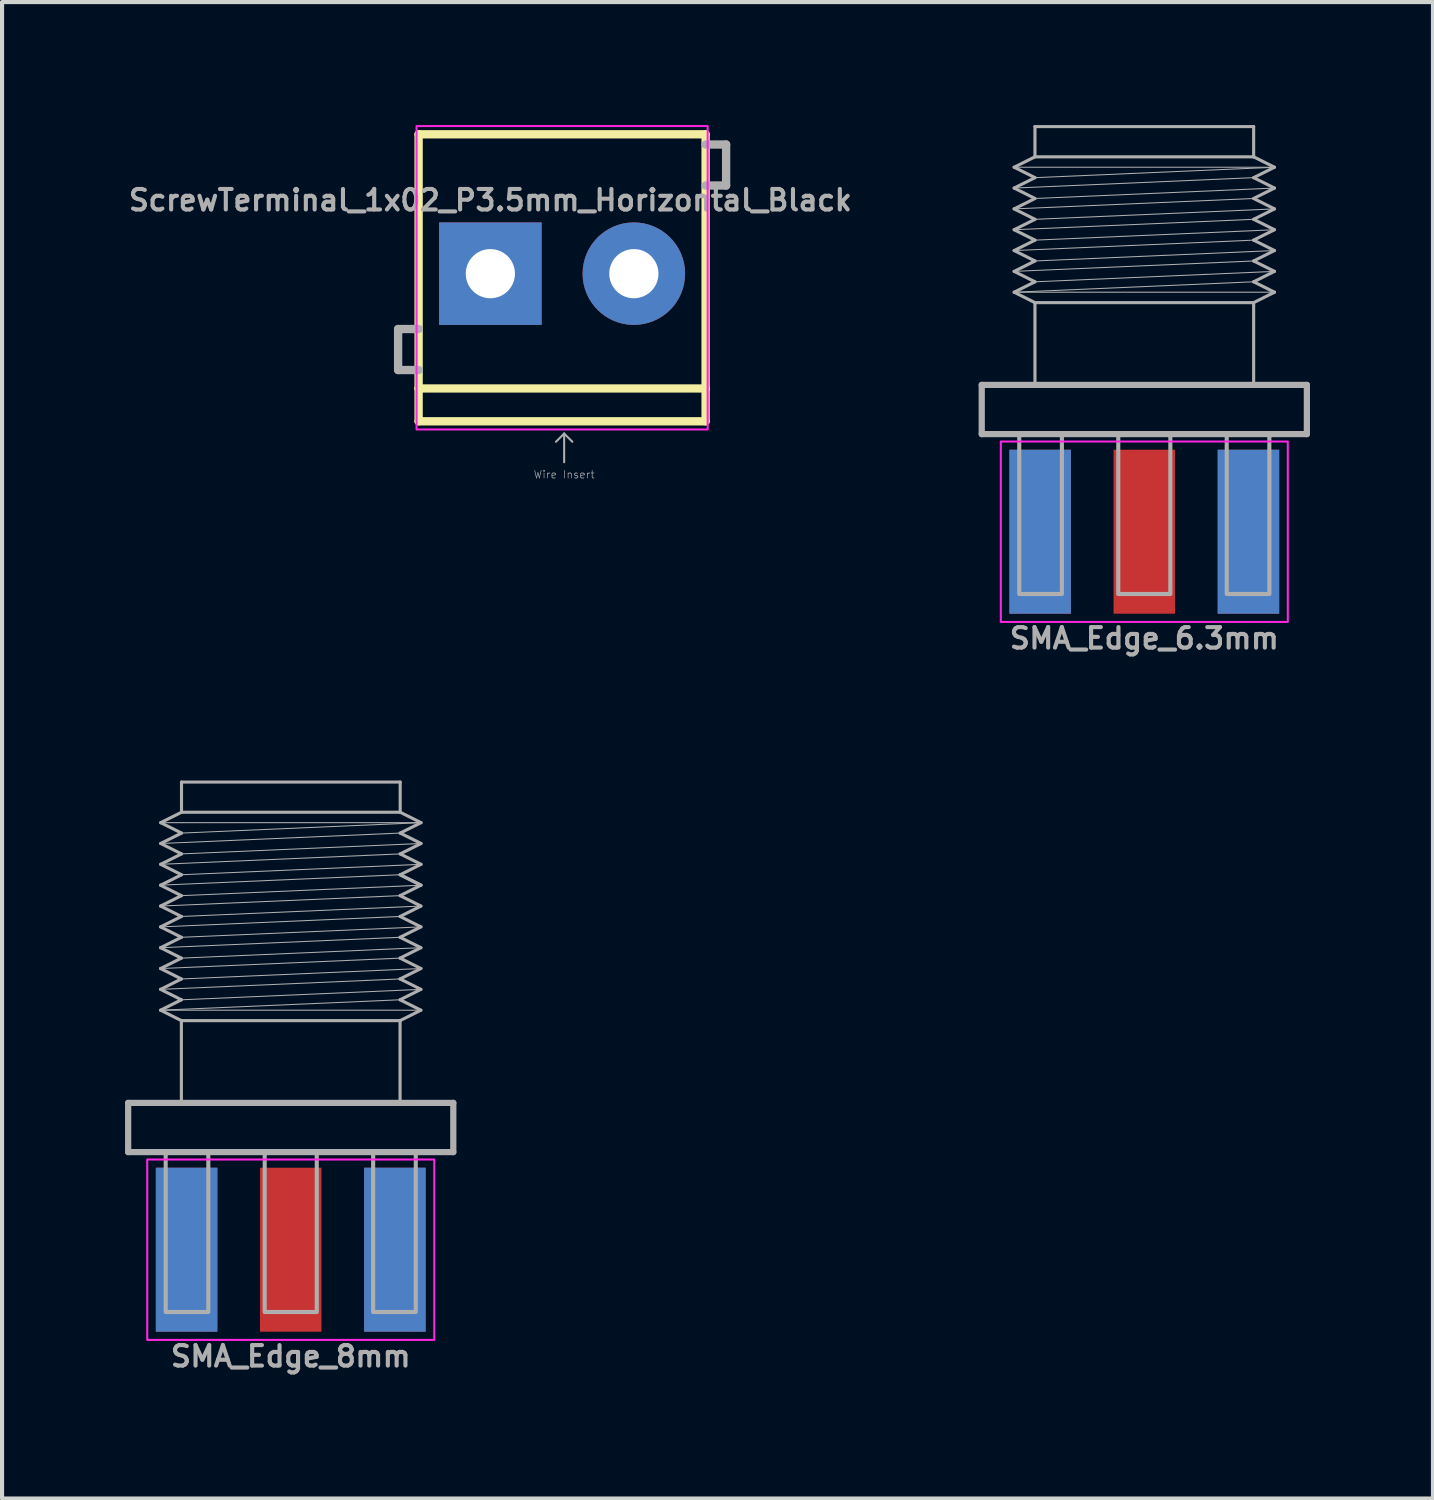
<source format=kicad_pcb>
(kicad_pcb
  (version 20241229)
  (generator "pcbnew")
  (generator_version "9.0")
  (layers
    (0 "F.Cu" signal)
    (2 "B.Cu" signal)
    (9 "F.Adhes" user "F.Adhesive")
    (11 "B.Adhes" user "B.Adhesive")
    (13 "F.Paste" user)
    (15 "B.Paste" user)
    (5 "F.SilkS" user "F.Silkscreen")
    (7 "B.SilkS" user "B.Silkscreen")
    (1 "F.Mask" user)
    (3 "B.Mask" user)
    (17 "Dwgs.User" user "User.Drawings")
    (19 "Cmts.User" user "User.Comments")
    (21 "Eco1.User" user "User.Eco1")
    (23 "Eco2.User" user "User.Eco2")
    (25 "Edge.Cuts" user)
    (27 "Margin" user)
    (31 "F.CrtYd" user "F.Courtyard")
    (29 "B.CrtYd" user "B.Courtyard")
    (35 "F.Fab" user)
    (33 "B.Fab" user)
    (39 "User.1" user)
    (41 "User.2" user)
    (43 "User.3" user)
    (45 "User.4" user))
  (footprint "SMA_Edge_8mm"
    (layer "F.Cu")
    (at 4.041 27.431)
    (property "Reference" "SMA_Edge_8mm" (at 0 2.6 0) (layer "F.Fab") (effects (font (size 0.5 0.5) (thickness 0.1) (bold yes))))
    (attr smd)
    (fp_rect (start 3.5 2.2) (end -3.5 -2.2) (stroke (width 0.05) (type default)) (fill no) (layer "F.CrtYd"))
    (fp_line (start -3.965 -3.581) (end 3.965 -3.581) (stroke (width 0.152) (type solid)) (layer "F.Fab"))
    (fp_line (start -3.965 -2.381) (end -3.965 -3.581) (stroke (width 0.152) (type solid)) (layer "F.Fab"))
    (fp_line (start -3.175 -8.89) (end -2.667 -9.144) (stroke (width 0.076) (type solid)) (layer "F.Fab"))
    (fp_line (start -3.175 -8.382) (end -2.667 -8.636) (stroke (width 0.076) (type solid)) (layer "F.Fab"))
    (fp_line (start -3.175 -8.382) (end 2.667 -8.636) (stroke (width 0.025) (type solid)) (layer "F.Fab"))
    (fp_line (start -3.175 -7.874) (end -2.667 -8.128) (stroke (width 0.076) (type solid)) (layer "F.Fab"))
    (fp_line (start -3.175 -7.874) (end -2.667 -7.62) (stroke (width 0.076) (type solid)) (layer "F.Fab"))
    (fp_line (start -3.175 -7.874) (end 2.667 -8.128) (stroke (width 0.025) (type solid)) (layer "F.Fab"))
    (fp_line (start -3.175 -7.366) (end -2.667 -7.62) (stroke (width 0.076) (type solid)) (layer "F.Fab"))
    (fp_line (start -3.175 -7.366) (end 2.667 -7.62) (stroke (width 0.025) (type solid)) (layer "F.Fab"))
    (fp_line (start -3.175 -6.858) (end -2.667 -7.112) (stroke (width 0.076) (type solid)) (layer "F.Fab"))
    (fp_line (start -3.175 -6.858) (end 2.667 -7.112) (stroke (width 0.025) (type solid)) (layer "F.Fab"))
    (fp_line (start -3.175 -6.35) (end -2.667 -6.604) (stroke (width 0.076) (type solid)) (layer "F.Fab"))
    (fp_line (start -3.175 -6.35) (end 2.667 -6.604) (stroke (width 0.025) (type solid)) (layer "F.Fab"))
    (fp_line (start -3.175 -5.842) (end -2.667 -6.096) (stroke (width 0.076) (type solid)) (layer "F.Fab"))
    (fp_line (start -3.175 -5.842) (end 2.667 -6.096) (stroke (width 0.025) (type solid)) (layer "F.Fab"))
    (fp_line (start -3.175 -5.842) (end 3.175 -5.842) (stroke (width 0.025) (type solid)) (layer "F.Fab"))
    (fp_line (start -3.172 -10.416) (end -2.664 -10.67) (stroke (width 0.076) (type solid)) (layer "F.Fab"))
    (fp_line (start -3.172 -9.908) (end -2.664 -10.162) (stroke (width 0.076) (type solid)) (layer "F.Fab"))
    (fp_line (start -3.172 -9.908) (end 2.67 -10.162) (stroke (width 0.025) (type solid)) (layer "F.Fab"))
    (fp_line (start -3.172 -9.4) (end -2.664 -9.654) (stroke (width 0.076) (type solid)) (layer "F.Fab"))
    (fp_line (start -3.172 -9.4) (end -2.664 -9.146) (stroke (width 0.076) (type solid)) (layer "F.Fab"))
    (fp_line (start -3.172 -9.4) (end 2.67 -9.654) (stroke (width 0.025) (type solid)) (layer "F.Fab"))
    (fp_line (start -3.172 -8.892) (end 2.67 -9.146) (stroke (width 0.025) (type solid)) (layer "F.Fab"))
    (fp_line (start -2.667 -8.636) (end -3.175 -8.89) (stroke (width 0.076) (type solid)) (layer "F.Fab"))
    (fp_line (start -2.667 -8.636) (end 3.175 -8.89) (stroke (width 0.025) (type solid)) (layer "F.Fab"))
    (fp_line (start -2.667 -8.128) (end -3.175 -8.382) (stroke (width 0.076) (type solid)) (layer "F.Fab"))
    (fp_line (start -2.667 -8.128) (end 3.175 -8.382) (stroke (width 0.025) (type solid)) (layer "F.Fab"))
    (fp_line (start -2.667 -7.62) (end 3.175 -7.874) (stroke (width 0.025) (type solid)) (layer "F.Fab"))
    (fp_line (start -2.667 -7.112) (end -3.175 -7.366) (stroke (width 0.076) (type solid)) (layer "F.Fab"))
    (fp_line (start -2.667 -7.112) (end 3.175 -7.366) (stroke (width 0.025) (type solid)) (layer "F.Fab"))
    (fp_line (start -2.667 -6.604) (end -3.175 -6.858) (stroke (width 0.076) (type solid)) (layer "F.Fab"))
    (fp_line (start -2.667 -6.604) (end 3.175 -6.858) (stroke (width 0.025) (type solid)) (layer "F.Fab"))
    (fp_line (start -2.667 -6.096) (end -3.175 -6.35) (stroke (width 0.076) (type solid)) (layer "F.Fab"))
    (fp_line (start -2.667 -6.096) (end 3.175 -6.35) (stroke (width 0.025) (type solid)) (layer "F.Fab"))
    (fp_line (start -2.667 -5.588) (end -3.175 -5.842) (stroke (width 0.076) (type solid)) (layer "F.Fab"))
    (fp_line (start -2.667 -5.588) (end 2.667 -5.588) (stroke (width 0.076) (type solid)) (layer "F.Fab"))
    (fp_line (start -2.667 -3.581) (end -2.667 -5.588) (stroke (width 0.076) (type solid)) (layer "F.Fab"))
    (fp_line (start -2.664 -11.406) (end 2.67 -11.406) (stroke (width 0.076) (type solid)) (layer "F.Fab"))
    (fp_line (start -2.664 -10.67) (end -2.664 -11.406) (stroke (width 0.076) (type solid)) (layer "F.Fab"))
    (fp_line (start -2.664 -10.67) (end 2.67 -10.67) (stroke (width 0.076) (type solid)) (layer "F.Fab"))
    (fp_line (start -2.664 -10.162) (end -3.172 -10.416) (stroke (width 0.076) (type solid)) (layer "F.Fab"))
    (fp_line (start -2.664 -10.162) (end 3.178 -10.416) (stroke (width 0.025) (type solid)) (layer "F.Fab"))
    (fp_line (start -2.664 -9.654) (end -3.172 -9.908) (stroke (width 0.076) (type solid)) (layer "F.Fab"))
    (fp_line (start -2.664 -9.654) (end 3.178 -9.908) (stroke (width 0.025) (type solid)) (layer "F.Fab"))
    (fp_line (start -2.664 -9.146) (end 3.178 -9.4) (stroke (width 0.025) (type solid)) (layer "F.Fab"))
    (fp_line (start 2.667 -9.144) (end 3.175 -8.89) (stroke (width 0.076) (type solid)) (layer "F.Fab"))
    (fp_line (start 2.667 -8.636) (end 3.175 -8.382) (stroke (width 0.076) (type solid)) (layer "F.Fab"))
    (fp_line (start 2.667 -8.128) (end 3.175 -7.874) (stroke (width 0.076) (type solid)) (layer "F.Fab"))
    (fp_line (start 2.667 -7.62) (end 3.175 -7.366) (stroke (width 0.076) (type solid)) (layer "F.Fab"))
    (fp_line (start 2.667 -7.112) (end 3.175 -6.858) (stroke (width 0.076) (type solid)) (layer "F.Fab"))
    (fp_line (start 2.667 -6.604) (end 3.175 -6.35) (stroke (width 0.076) (type solid)) (layer "F.Fab"))
    (fp_line (start 2.667 -6.096) (end 3.175 -5.842) (stroke (width 0.076) (type solid)) (layer "F.Fab"))
    (fp_line (start 2.667 -5.588) (end 2.667 -3.556) (stroke (width 0.076) (type solid)) (layer "F.Fab"))
    (fp_line (start 2.67 -11.406) (end 2.67 -10.67) (stroke (width 0.076) (type solid)) (layer "F.Fab"))
    (fp_line (start 2.67 -10.67) (end 3.178 -10.416) (stroke (width 0.076) (type solid)) (layer "F.Fab"))
    (fp_line (start 2.67 -10.162) (end 3.178 -9.908) (stroke (width 0.076) (type solid)) (layer "F.Fab"))
    (fp_line (start 2.67 -9.654) (end 3.178 -9.4) (stroke (width 0.076) (type solid)) (layer "F.Fab"))
    (fp_line (start 2.67 -9.146) (end 3.178 -8.892) (stroke (width 0.076) (type solid)) (layer "F.Fab"))
    (fp_line (start 3.175 -8.89) (end 2.667 -8.636) (stroke (width 0.076) (type solid)) (layer "F.Fab"))
    (fp_line (start 3.175 -8.382) (end 2.667 -8.128) (stroke (width 0.076) (type solid)) (layer "F.Fab"))
    (fp_line (start 3.175 -7.874) (end 2.667 -7.62) (stroke (width 0.076) (type solid)) (layer "F.Fab"))
    (fp_line (start 3.175 -7.366) (end 2.667 -7.112) (stroke (width 0.076) (type solid)) (layer "F.Fab"))
    (fp_line (start 3.175 -6.858) (end 2.667 -6.604) (stroke (width 0.076) (type solid)) (layer "F.Fab"))
    (fp_line (start 3.175 -6.35) (end 2.667 -6.096) (stroke (width 0.076) (type solid)) (layer "F.Fab"))
    (fp_line (start 3.175 -5.842) (end 2.667 -5.588) (stroke (width 0.076) (type solid)) (layer "F.Fab"))
    (fp_line (start 3.178 -10.416) (end -3.172 -10.416) (stroke (width 0.025) (type solid)) (layer "F.Fab"))
    (fp_line (start 3.178 -10.416) (end 2.67 -10.162) (stroke (width 0.076) (type solid)) (layer "F.Fab"))
    (fp_line (start 3.178 -9.908) (end 2.67 -9.654) (stroke (width 0.076) (type solid)) (layer "F.Fab"))
    (fp_line (start 3.178 -9.4) (end 2.67 -9.146) (stroke (width 0.076) (type solid)) (layer "F.Fab"))
    (fp_line (start 3.965 -3.581) (end 3.965 -2.381) (stroke (width 0.152) (type solid)) (layer "F.Fab"))
    (fp_line (start 3.965 -2.381) (end -3.965 -2.381) (stroke (width 0.152) (type solid)) (layer "F.Fab"))
    (fp_poly (pts (xy -3.05 1.519) (xy -2.01 1.519) (xy -2.01 -2.381) (xy -3.05 -2.381)) (stroke (width 0.1) (type default)) (fill no) (layer "F.Fab"))
    (fp_poly (pts (xy -0.635 1.519) (xy 0.635 1.519) (xy 0.635 -2.381) (xy -0.635 -2.381)) (stroke (width 0.1) (type default)) (fill no) (layer "F.Fab"))
    (fp_poly (pts (xy 2.01 1.519) (xy 3.05 1.519) (xy 3.05 -2.381) (xy 2.01 -2.381)) (stroke (width 0.1) (type default)) (fill no) (layer "F.Fab"))
    (pad "1" smd rect (at 0 0) (size 1.5 4) (layers "F.Cu" "F.Mask"))
    (pad "2" smd rect (at -2.54 0) (size 1.5 4) (layers "F.Cu" "F.Mask"))
    (pad "2" smd rect (at -2.54 0) (size 1.5 4) (layers "B.Cu" "B.Mask"))
    (pad "2" smd rect (at 2.54 0) (size 1.5 4) (layers "F.Cu" "F.Mask"))
    (pad "2" smd rect (at 2.54 0) (size 1.5 4) (layers "B.Cu" "B.Mask")))
  (footprint "ScrewTerminal_1x02_P3.5mm_Horizontal_Black"
    (layer "F.Cu")
    (at 8.91 3.625)
    (property "Reference" "ScrewTerminal_1x02_P3.5mm_Horizontal_Black" (at 0 -1.5 0) (layer "F.Fab") (effects (font (size 0.5 0.5) (thickness 0.1)) (justify bottom)))
    (attr through_hole)
    (fp_line (start -1.75 -3.4) (end 5.25 -3.4) (stroke (width 0.203) (type solid)) (layer "F.SilkS"))
    (fp_line (start -1.75 2.8) (end -1.75 -3.4) (stroke (width 0.203) (type solid)) (layer "F.SilkS"))
    (fp_line (start -1.75 3.6) (end -1.75 2.8) (stroke (width 0.203) (type solid)) (layer "F.SilkS"))
    (fp_line (start 5.25 -3.4) (end 5.25 2.8) (stroke (width 0.203) (type solid)) (layer "F.SilkS"))
    (fp_line (start 5.25 2.8) (end -1.75 2.8) (stroke (width 0.203) (type solid)) (layer "F.SilkS"))
    (fp_line (start 5.25 2.8) (end 5.25 3.6) (stroke (width 0.203) (type solid)) (layer "F.SilkS"))
    (fp_line (start 5.25 3.6) (end -1.75 3.6) (stroke (width 0.203) (type solid)) (layer "F.SilkS"))
    (fp_rect (start -1.8 -3.6) (end 5.3 3.8) (stroke (width 0.05) (type default)) (fill no) (layer "F.CrtYd"))
    (fp_line (start -2.25 1.35) (end -2.25 2.35) (stroke (width 0.203) (type solid)) (layer "F.Fab"))
    (fp_line (start -2.25 2.35) (end -1.75 2.35) (stroke (width 0.203) (type solid)) (layer "F.Fab"))
    (fp_line (start -1.75 1.35) (end -2.25 1.35) (stroke (width 0.203) (type solid)) (layer "F.Fab"))
    (fp_line (start 1.8 3.9) (end 1.6 4.1) (stroke (width 0.05) (type solid)) (layer "F.Fab"))
    (fp_line (start 1.8 3.9) (end 2 4.1) (stroke (width 0.05) (type solid)) (layer "F.Fab"))
    (fp_line (start 1.8 4.6) (end 1.8 3.9) (stroke (width 0.05) (type solid)) (layer "F.Fab"))
    (fp_line (start 5.25 -3.15) (end 5.75 -3.15) (stroke (width 0.203) (type solid)) (layer "F.Fab"))
    (fp_line (start 5.75 -3.15) (end 5.75 -2.15) (stroke (width 0.203) (type solid)) (layer "F.Fab"))
    (fp_line (start 5.75 -2.15) (end 5.25 -2.15) (stroke (width 0.203) (type solid)) (layer "F.Fab"))
    (fp_text user "Wire Insert" (at 1.8 4.9 180) (layer "F.Fab") (effects (font (size 0.184 0.184) (thickness 0.016))))
    (pad "1" thru_hole rect (at 0 0) (size 2.5 2.5) (drill 1.2) (layers "*.Cu" "*.Mask"))
    (pad "2" thru_hole circle (at 3.5 0) (size 2.5 2.5) (drill 1.2) (layers "*.Cu" "*.Mask")))
  (footprint "SMA_Edge_6.3mm"
    (layer "F.Cu")
    (at 24.86 9.919)
    (property "Reference" "SMA_Edge_6.3mm" (at 0 2.6 0) (layer "F.Fab") (effects (font (size 0.5 0.5) (thickness 0.1) (bold yes))))
    (attr smd)
    (fp_rect (start 3.5 2.2) (end -3.5 -2.2) (stroke (width 0.05) (type default)) (fill no) (layer "F.CrtYd"))
    (fp_line (start -3.965 -3.581) (end 3.965 -3.581) (stroke (width 0.152) (type solid)) (layer "F.Fab"))
    (fp_line (start -3.965 -2.381) (end -3.965 -3.581) (stroke (width 0.152) (type solid)) (layer "F.Fab"))
    (fp_line (start -3.175 -8.89) (end -2.667 -9.144) (stroke (width 0.076) (type solid)) (layer "F.Fab"))
    (fp_line (start -3.175 -8.382) (end -2.667 -8.636) (stroke (width 0.076) (type solid)) (layer "F.Fab"))
    (fp_line (start -3.175 -8.382) (end 2.667 -8.636) (stroke (width 0.025) (type solid)) (layer "F.Fab"))
    (fp_line (start -3.175 -7.874) (end -2.667 -8.128) (stroke (width 0.076) (type solid)) (layer "F.Fab"))
    (fp_line (start -3.175 -7.874) (end -2.667 -7.62) (stroke (width 0.076) (type solid)) (layer "F.Fab"))
    (fp_line (start -3.175 -7.874) (end 2.667 -8.128) (stroke (width 0.025) (type solid)) (layer "F.Fab"))
    (fp_line (start -3.175 -7.366) (end -2.667 -7.62) (stroke (width 0.076) (type solid)) (layer "F.Fab"))
    (fp_line (start -3.175 -7.366) (end 2.667 -7.62) (stroke (width 0.025) (type solid)) (layer "F.Fab"))
    (fp_line (start -3.175 -6.858) (end -2.667 -7.112) (stroke (width 0.076) (type solid)) (layer "F.Fab"))
    (fp_line (start -3.175 -6.858) (end 2.667 -7.112) (stroke (width 0.025) (type solid)) (layer "F.Fab"))
    (fp_line (start -3.175 -6.35) (end -2.667 -6.604) (stroke (width 0.076) (type solid)) (layer "F.Fab"))
    (fp_line (start -3.175 -6.35) (end 2.667 -6.604) (stroke (width 0.025) (type solid)) (layer "F.Fab"))
    (fp_line (start -3.175 -5.842) (end -2.667 -6.096) (stroke (width 0.076) (type solid)) (layer "F.Fab"))
    (fp_line (start -3.175 -5.842) (end 2.667 -6.096) (stroke (width 0.025) (type solid)) (layer "F.Fab"))
    (fp_line (start -3.175 -5.842) (end 3.175 -5.842) (stroke (width 0.025) (type solid)) (layer "F.Fab"))
    (fp_line (start -2.667 -9.881) (end 2.667 -9.881) (stroke (width 0.076) (type solid)) (layer "F.Fab"))
    (fp_line (start -2.667 -9.144) (end -2.667 -9.881) (stroke (width 0.076) (type solid)) (layer "F.Fab"))
    (fp_line (start -2.667 -9.144) (end 2.667 -9.144) (stroke (width 0.076) (type solid)) (layer "F.Fab"))
    (fp_line (start -2.667 -8.636) (end -3.175 -8.89) (stroke (width 0.076) (type solid)) (layer "F.Fab"))
    (fp_line (start -2.667 -8.636) (end 3.175 -8.89) (stroke (width 0.025) (type solid)) (layer "F.Fab"))
    (fp_line (start -2.667 -8.128) (end -3.175 -8.382) (stroke (width 0.076) (type solid)) (layer "F.Fab"))
    (fp_line (start -2.667 -8.128) (end 3.175 -8.382) (stroke (width 0.025) (type solid)) (layer "F.Fab"))
    (fp_line (start -2.667 -7.62) (end 3.175 -7.874) (stroke (width 0.025) (type solid)) (layer "F.Fab"))
    (fp_line (start -2.667 -7.112) (end -3.175 -7.366) (stroke (width 0.076) (type solid)) (layer "F.Fab"))
    (fp_line (start -2.667 -7.112) (end 3.175 -7.366) (stroke (width 0.025) (type solid)) (layer "F.Fab"))
    (fp_line (start -2.667 -6.604) (end -3.175 -6.858) (stroke (width 0.076) (type solid)) (layer "F.Fab"))
    (fp_line (start -2.667 -6.604) (end 3.175 -6.858) (stroke (width 0.025) (type solid)) (layer "F.Fab"))
    (fp_line (start -2.667 -6.096) (end -3.175 -6.35) (stroke (width 0.076) (type solid)) (layer "F.Fab"))
    (fp_line (start -2.667 -6.096) (end 3.175 -6.35) (stroke (width 0.025) (type solid)) (layer "F.Fab"))
    (fp_line (start -2.667 -5.588) (end -3.175 -5.842) (stroke (width 0.076) (type solid)) (layer "F.Fab"))
    (fp_line (start -2.667 -5.588) (end 2.667 -5.588) (stroke (width 0.076) (type solid)) (layer "F.Fab"))
    (fp_line (start -2.667 -3.581) (end -2.667 -5.588) (stroke (width 0.076) (type solid)) (layer "F.Fab"))
    (fp_line (start 2.667 -9.881) (end 2.667 -9.144) (stroke (width 0.076) (type solid)) (layer "F.Fab"))
    (fp_line (start 2.667 -9.144) (end 3.175 -8.89) (stroke (width 0.076) (type solid)) (layer "F.Fab"))
    (fp_line (start 2.667 -8.636) (end 3.175 -8.382) (stroke (width 0.076) (type solid)) (layer "F.Fab"))
    (fp_line (start 2.667 -8.128) (end 3.175 -7.874) (stroke (width 0.076) (type solid)) (layer "F.Fab"))
    (fp_line (start 2.667 -7.62) (end 3.175 -7.366) (stroke (width 0.076) (type solid)) (layer "F.Fab"))
    (fp_line (start 2.667 -7.112) (end 3.175 -6.858) (stroke (width 0.076) (type solid)) (layer "F.Fab"))
    (fp_line (start 2.667 -6.604) (end 3.175 -6.35) (stroke (width 0.076) (type solid)) (layer "F.Fab"))
    (fp_line (start 2.667 -6.096) (end 3.175 -5.842) (stroke (width 0.076) (type solid)) (layer "F.Fab"))
    (fp_line (start 2.667 -5.588) (end 2.667 -3.556) (stroke (width 0.076) (type solid)) (layer "F.Fab"))
    (fp_line (start 3.175 -8.89) (end -3.175 -8.89) (stroke (width 0.025) (type solid)) (layer "F.Fab"))
    (fp_line (start 3.175 -8.89) (end 2.667 -8.636) (stroke (width 0.076) (type solid)) (layer "F.Fab"))
    (fp_line (start 3.175 -8.382) (end 2.667 -8.128) (stroke (width 0.076) (type solid)) (layer "F.Fab"))
    (fp_line (start 3.175 -7.874) (end 2.667 -7.62) (stroke (width 0.076) (type solid)) (layer "F.Fab"))
    (fp_line (start 3.175 -7.366) (end 2.667 -7.112) (stroke (width 0.076) (type solid)) (layer "F.Fab"))
    (fp_line (start 3.175 -6.858) (end 2.667 -6.604) (stroke (width 0.076) (type solid)) (layer "F.Fab"))
    (fp_line (start 3.175 -6.35) (end 2.667 -6.096) (stroke (width 0.076) (type solid)) (layer "F.Fab"))
    (fp_line (start 3.175 -5.842) (end 2.667 -5.588) (stroke (width 0.076) (type solid)) (layer "F.Fab"))
    (fp_line (start 3.965 -3.581) (end 3.965 -2.381) (stroke (width 0.152) (type solid)) (layer "F.Fab"))
    (fp_line (start 3.965 -2.381) (end -3.965 -2.381) (stroke (width 0.152) (type solid)) (layer "F.Fab"))
    (fp_poly (pts (xy -3.05 1.519) (xy -2.01 1.519) (xy -2.01 -2.381) (xy -3.05 -2.381)) (stroke (width 0.1) (type default)) (fill no) (layer "F.Fab"))
    (fp_poly (pts (xy -0.635 1.519) (xy 0.635 1.519) (xy 0.635 -2.381) (xy -0.635 -2.381)) (stroke (width 0.1) (type default)) (fill no) (layer "F.Fab"))
    (fp_poly (pts (xy 2.01 1.519) (xy 3.05 1.519) (xy 3.05 -2.381) (xy 2.01 -2.381)) (stroke (width 0.1) (type default)) (fill no) (layer "F.Fab"))
    (pad "1" smd rect (at 0 0) (size 1.5 4) (layers "F.Cu" "F.Mask"))
    (pad "2" smd rect (at -2.54 0) (size 1.5 4) (layers "F.Cu" "F.Mask"))
    (pad "2" smd rect (at -2.54 0) (size 1.5 4) (layers "B.Cu" "B.Mask"))
    (pad "2" smd rect (at 2.54 0) (size 1.5 4) (layers "F.Cu" "F.Mask"))
    (pad "2" smd rect (at 2.54 0) (size 1.5 4) (layers "B.Cu" "B.Mask")))
  (gr_rect
    (start -3 -3)
    (end 31.901 33.499)
    (stroke (width 0.1) (type default))
    (fill no)
    (layer "Edge.Cuts")))
</source>
